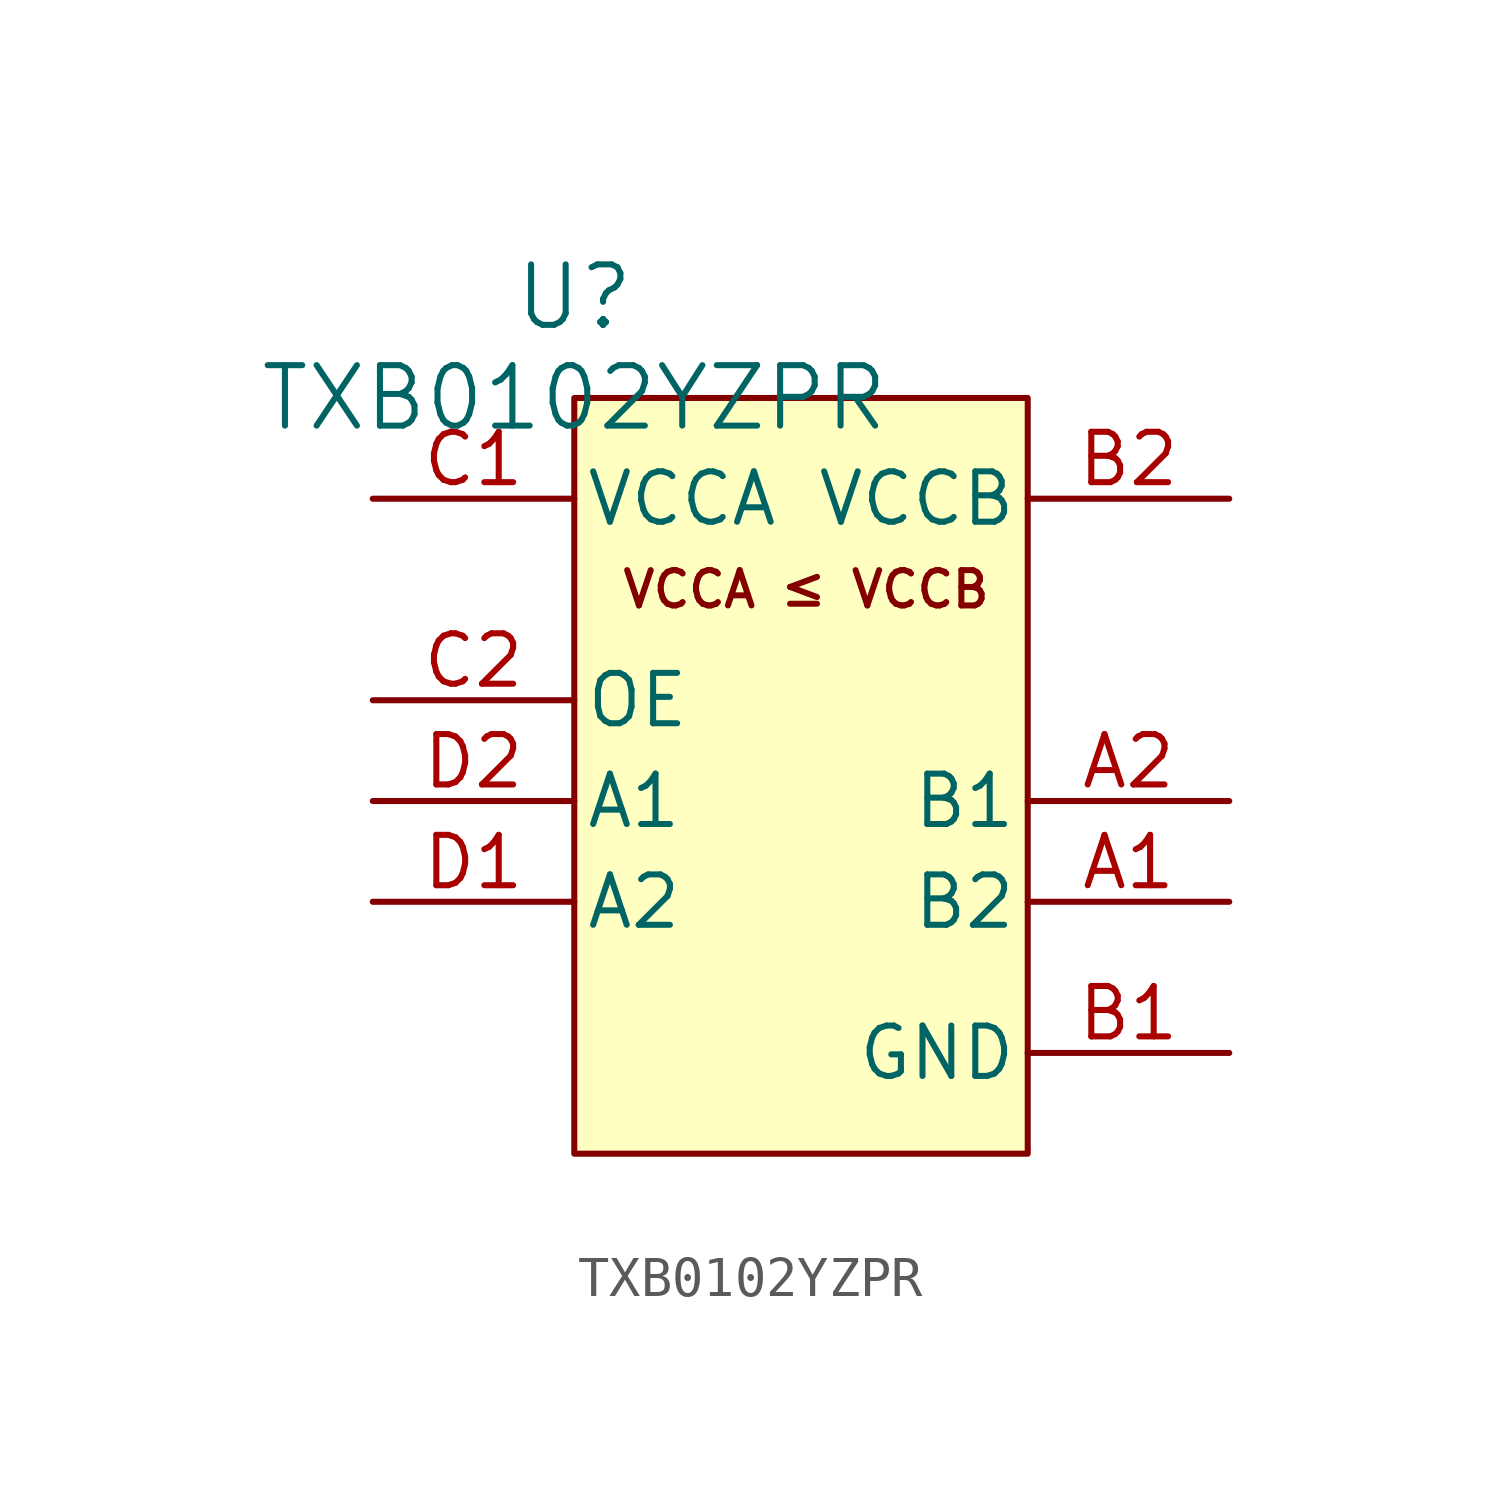
<source format=kicad_sym>
(kicad_symbol_lib
  (version 20241209)
  (generator "kicad_symbol_editor")
  (generator_version "9.0")
  (symbol "TXB0102YZPR"
    (pin_names
      (offset 0.254))
    (property "Reference" "U"
      (at 0 2.54 0)
      (effects (font (size 1.524 1.524))))
    (property "Value" "TXB0102YZPR"
      (at 0 0 0)
      (effects (font (size 1.524 1.524))))
    (property "ki_locked" ""
      (at 0 0 0)
      (effects (font (size 1.27 1.27))))
    (symbol "TXB0102YZPR_0_1"
      (pin power_in line (at -5.08 -2.54 0) (length 5.08) (name "VCCA" (effects (font (size 1.27 1.27)))) (number "C1" (effects (font (size 1.27 1.27)))))
      (pin input line (at -5.08 -7.62 0) (length 5.08) (name "OE" (effects (font (size 1.27 1.27)))) (number "C2" (effects (font (size 1.27 1.27)))))
      (pin bidirectional line (at -5.08 -10.16 0) (length 5.08) (name "A1" (effects (font (size 1.27 1.27)))) (number "D2" (effects (font (size 1.27 1.27)))))
      (pin bidirectional line (at -5.08 -12.7 0) (length 5.08) (name "A2" (effects (font (size 1.27 1.27)))) (number "D1" (effects (font (size 1.27 1.27)))))
      (pin power_in line (at 16.51 -2.54 180) (length 5.08) (name "VCCB" (effects (font (size 1.27 1.27)))) (number "B2" (effects (font (size 1.27 1.27)))))
      (pin bidirectional line (at 16.51 -10.16 180) (length 5.08) (name "B1" (effects (font (size 1.27 1.27)))) (number "A2" (effects (font (size 1.27 1.27)))))
      (pin bidirectional line (at 16.51 -12.7 180) (length 5.08) (name "B2" (effects (font (size 1.27 1.27)))) (number "A1" (effects (font (size 1.27 1.27)))))
      (pin power_in line (at 16.51 -16.51 180) (length 5.08) (name "GND" (effects (font (size 1.27 1.27)))) (number "B1" (effects (font (size 1.27 1.27))))))
    (symbol "TXB0102YZPR_1_1"
      (rectangle (start 0 0) (end 11.43 -19.05) (stroke (width 0) (type solid)) (fill (type background)))
      (text "VCCA ≤ VCCB" (at 5.842 -4.826 0) (effects (font (size 0.889 0.889)))))))
</source>
